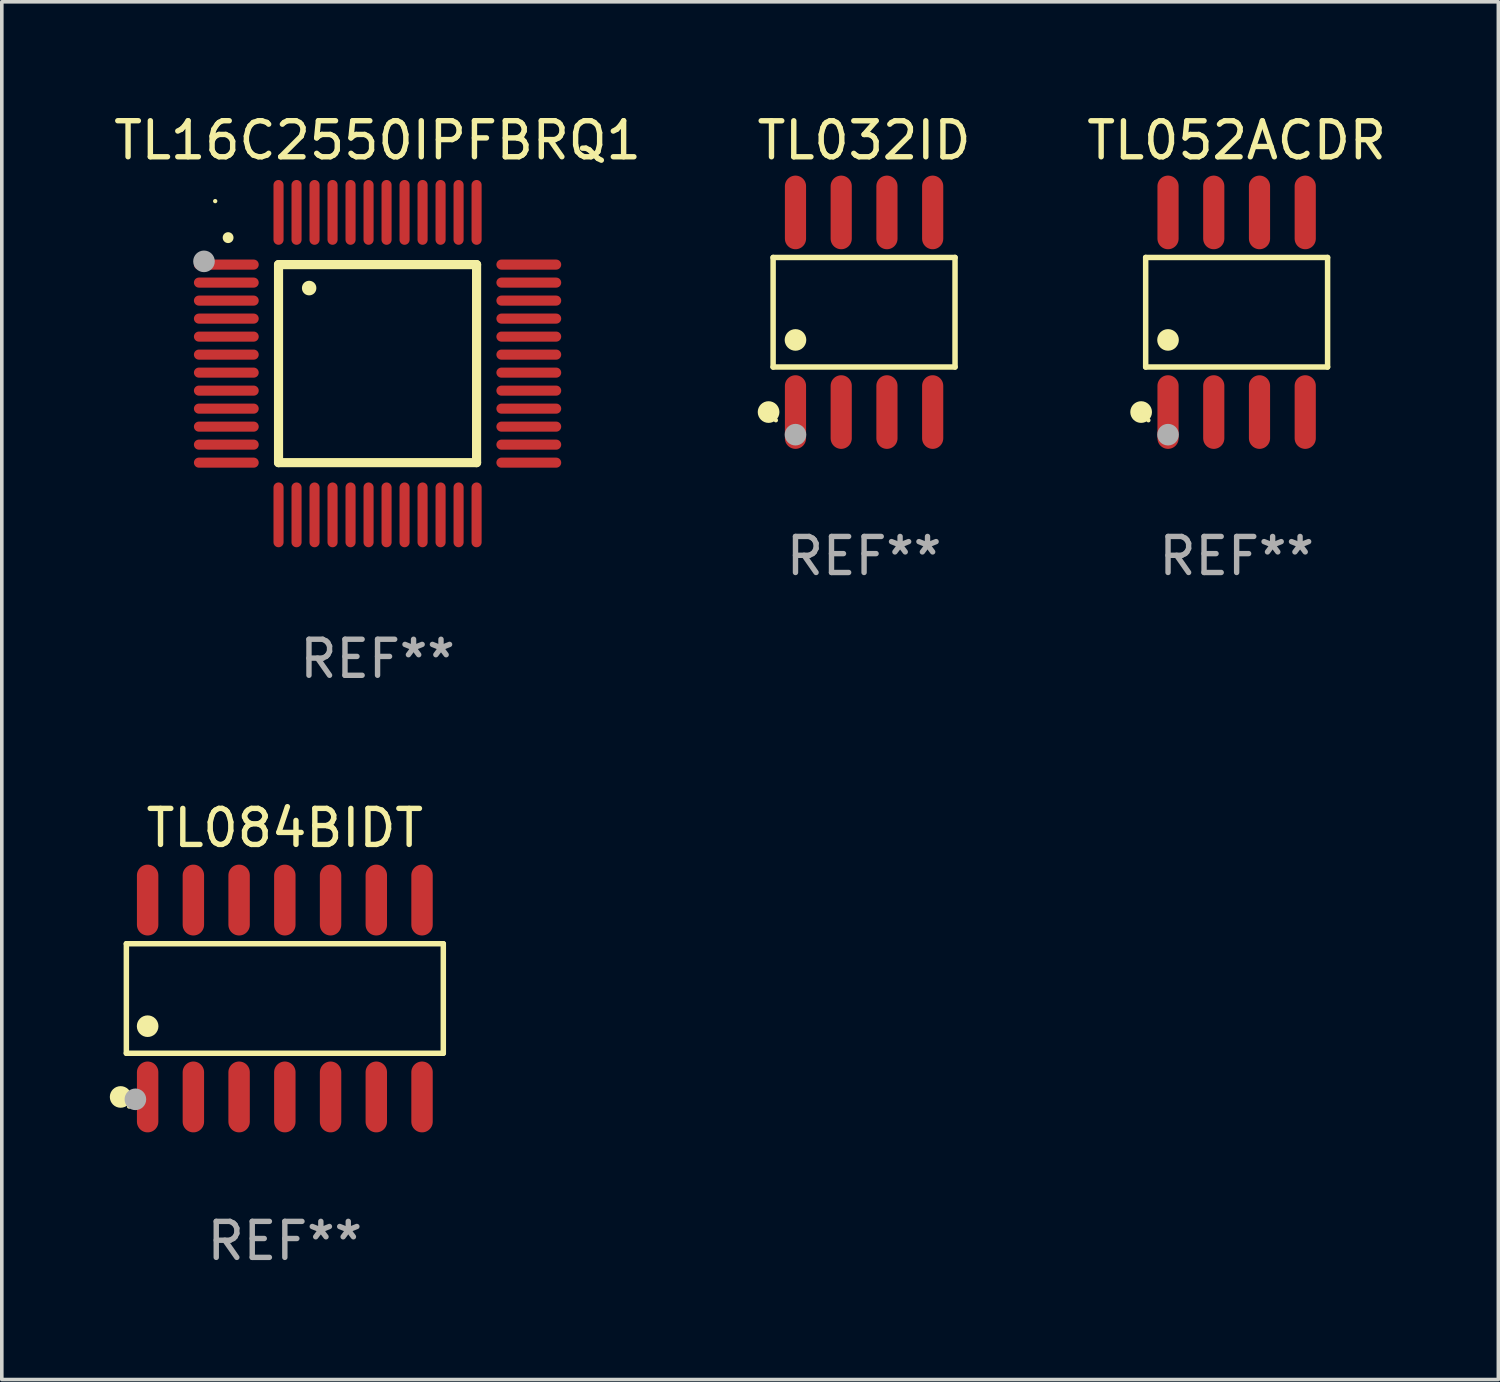
<source format=kicad_pcb>
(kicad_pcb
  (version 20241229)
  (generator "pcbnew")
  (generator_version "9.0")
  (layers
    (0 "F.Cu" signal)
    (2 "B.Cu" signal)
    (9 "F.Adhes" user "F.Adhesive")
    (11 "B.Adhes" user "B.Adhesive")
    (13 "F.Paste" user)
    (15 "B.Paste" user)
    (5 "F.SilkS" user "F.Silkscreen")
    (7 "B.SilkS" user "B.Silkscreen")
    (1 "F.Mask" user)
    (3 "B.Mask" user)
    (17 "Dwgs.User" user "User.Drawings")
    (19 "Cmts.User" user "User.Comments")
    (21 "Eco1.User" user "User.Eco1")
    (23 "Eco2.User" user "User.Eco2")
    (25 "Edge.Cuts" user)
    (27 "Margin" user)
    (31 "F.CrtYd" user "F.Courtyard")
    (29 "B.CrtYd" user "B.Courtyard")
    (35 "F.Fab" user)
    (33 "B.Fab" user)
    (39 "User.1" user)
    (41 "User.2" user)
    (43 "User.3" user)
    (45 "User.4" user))
  (footprint "TL084BIDT"
    (layer "F.Cu")
    (at 4.86 24.679)
    (property "Reference" "TL084BIDT" (at 0 -4.734 0) (layer "F.SilkS") (effects (font (size 1 1) (thickness 0.15))))
    (attr through_hole)
    (fp_line (start -4.401 -1.521) (end 4.401 -1.521) (stroke (width 0.152) (type solid)) (layer "F.SilkS"))
    (fp_line (start -4.401 1.521) (end -4.401 -1.521) (stroke (width 0.152) (type solid)) (layer "F.SilkS"))
    (fp_line (start 4.401 -1.521) (end 4.401 1.521) (stroke (width 0.152) (type solid)) (layer "F.SilkS"))
    (fp_line (start 4.401 1.521) (end -4.401 1.521) (stroke (width 0.152) (type solid)) (layer "F.SilkS"))
    (fp_circle (center -4.56 2.734) (end -4.41 2.734) (stroke (width 0.3) (type solid)) (fill no) (layer "F.SilkS"))
    (fp_circle (center -4.325 3) (end -4.295 3) (stroke (width 0.06) (type solid)) (fill no) (layer "F.SilkS"))
    (fp_circle (center -3.81 0.769) (end -3.66 0.769) (stroke (width 0.3) (type solid)) (fill no) (layer "F.SilkS"))
    (fp_circle (center -4.15 2.8) (end -4 2.8) (stroke (width 0.3) (type solid)) (fill no) (layer "F.Fab"))
    (fp_text user "REF**" (at 0 6.734 0) (layer "F.Fab") (effects (font (size 1 1) (thickness 0.15))))
    (pad "1" smd oval (at -3.81 2.734) (size 0.595 1.968) (layers "F.Cu" "F.Mask" "F.Paste"))
    (pad "2" smd oval (at -2.54 2.734) (size 0.595 1.968) (layers "F.Cu" "F.Mask" "F.Paste"))
    (pad "3" smd oval (at -1.27 2.734) (size 0.595 1.968) (layers "F.Cu" "F.Mask" "F.Paste"))
    (pad "4" smd oval (at 0 2.734) (size 0.595 1.968) (layers "F.Cu" "F.Mask" "F.Paste"))
    (pad "5" smd oval (at 1.27 2.734) (size 0.595 1.968) (layers "F.Cu" "F.Mask" "F.Paste"))
    (pad "6" smd oval (at 2.54 2.734) (size 0.595 1.968) (layers "F.Cu" "F.Mask" "F.Paste"))
    (pad "7" smd oval (at 3.81 2.734) (size 0.595 1.968) (layers "F.Cu" "F.Mask" "F.Paste"))
    (pad "8" smd oval (at 3.81 -2.734) (size 0.595 1.968) (layers "F.Cu" "F.Mask" "F.Paste"))
    (pad "9" smd oval (at 2.54 -2.734) (size 0.595 1.968) (layers "F.Cu" "F.Mask" "F.Paste"))
    (pad "10" smd oval (at 1.27 -2.734) (size 0.595 1.968) (layers "F.Cu" "F.Mask" "F.Paste"))
    (pad "11" smd oval (at 0 -2.734) (size 0.595 1.968) (layers "F.Cu" "F.Mask" "F.Paste"))
    (pad "12" smd oval (at -1.27 -2.734) (size 0.595 1.968) (layers "F.Cu" "F.Mask" "F.Paste"))
    (pad "13" smd oval (at -2.54 -2.734) (size 0.595 1.968) (layers "F.Cu" "F.Mask" "F.Paste"))
    (pad "14" smd oval (at -3.81 -2.734) (size 0.595 1.968) (layers "F.Cu" "F.Mask" "F.Paste")))
  (footprint "TL032ID"
    (layer "F.Cu")
    (at 20.946 5.621)
    (property "Reference" "TL032ID" (at 0 -4.772 0) (layer "F.SilkS") (effects (font (size 1 1) (thickness 0.15))))
    (attr through_hole)
    (fp_line (start -2.526 -1.521) (end 2.526 -1.521) (stroke (width 0.152) (type solid)) (layer "F.SilkS"))
    (fp_line (start -2.526 1.521) (end -2.526 -1.521) (stroke (width 0.152) (type solid)) (layer "F.SilkS"))
    (fp_line (start 2.526 -1.521) (end 2.526 1.521) (stroke (width 0.152) (type solid)) (layer "F.SilkS"))
    (fp_line (start 2.526 1.521) (end -2.526 1.521) (stroke (width 0.152) (type solid)) (layer "F.SilkS"))
    (fp_circle (center -2.652 2.772) (end -2.501 2.772) (stroke (width 0.3) (type solid)) (fill no) (layer "F.SilkS"))
    (fp_circle (center -2.45 3) (end -2.42 3) (stroke (width 0.06) (type solid)) (fill no) (layer "F.SilkS"))
    (fp_circle (center -1.905 0.769) (end -1.755 0.769) (stroke (width 0.3) (type solid)) (fill no) (layer "F.SilkS"))
    (fp_circle (center -1.905 3.4) (end -1.755 3.4) (stroke (width 0.3) (type solid)) (fill no) (layer "F.Fab"))
    (fp_text user "REF**" (at 0 6.772 0) (layer "F.Fab") (effects (font (size 1 1) (thickness 0.15))))
    (pad "1" smd oval (at -1.905 2.772) (size 0.588 2.045) (layers "F.Cu" "F.Mask" "F.Paste"))
    (pad "2" smd oval (at -0.635 2.772) (size 0.588 2.045) (layers "F.Cu" "F.Mask" "F.Paste"))
    (pad "3" smd oval (at 0.635 2.772) (size 0.588 2.045) (layers "F.Cu" "F.Mask" "F.Paste"))
    (pad "4" smd oval (at 1.905 2.772) (size 0.588 2.045) (layers "F.Cu" "F.Mask" "F.Paste"))
    (pad "5" smd oval (at 1.905 -2.772) (size 0.588 2.045) (layers "F.Cu" "F.Mask" "F.Paste"))
    (pad "6" smd oval (at 0.635 -2.772) (size 0.588 2.045) (layers "F.Cu" "F.Mask" "F.Paste"))
    (pad "7" smd oval (at -0.635 -2.772) (size 0.588 2.045) (layers "F.Cu" "F.Mask" "F.Paste"))
    (pad "8" smd oval (at -1.905 -2.772) (size 0.588 2.045) (layers "F.Cu" "F.Mask" "F.Paste")))
  (footprint "TL16C2550IPFBRQ1"
    (layer "F.Cu")
    (at 7.435 7.048)
    (property "Reference" "TL16C2550IPFBRQ1" (at 0 -6.2 0) (layer "F.SilkS") (effects (font (size 1 1) (thickness 0.15))))
    (attr through_hole)
    (fp_line (start -2.75 -2.75) (end 2.75 -2.75) (stroke (width 0.254) (type solid)) (layer "F.SilkS"))
    (fp_line (start -2.75 2.75) (end -2.75 -2.75) (stroke (width 0.254) (type solid)) (layer "F.SilkS"))
    (fp_line (start 2.75 -2.75) (end 2.75 2.75) (stroke (width 0.254) (type solid)) (layer "F.SilkS"))
    (fp_line (start 2.75 2.75) (end -2.75 2.75) (stroke (width 0.254) (type solid)) (layer "F.SilkS"))
    (fp_arc (start -4.150368 -3.497587) (mid -4.150373 -3.498857) (end -4.150368 -3.500127) (stroke (width 0.3) (type solid)) (layer "F.SilkS"))
    (fp_arc (start -1.899924 -2.095504) (mid -1.89994 -2.098044) (end -1.899924 -2.100584) (stroke (width 0.4) (type solid)) (layer "F.SilkS"))
    (fp_circle (center -4.509 -4.513) (end -4.479 -4.513) (stroke (width 0.06) (type solid)) (fill no) (layer "F.SilkS"))
    (fp_circle (center -4.82 -2.84) (end -4.67 -2.84) (stroke (width 0.3) (type solid)) (fill no) (layer "F.Fab"))
    (fp_text user "REF**" (at 0 8.2 0) (layer "F.Fab") (effects (font (size 1 1) (thickness 0.15))))
    (pad "1" smd oval (at -4.2 -2.75 90) (size 0.28 1.8) (layers "F.Cu" "F.Mask" "F.Paste"))
    (pad "2" smd oval (at -4.2 -2.25 90) (size 0.28 1.8) (layers "F.Cu" "F.Mask" "F.Paste"))
    (pad "3" smd oval (at -4.2 -1.75 90) (size 0.28 1.8) (layers "F.Cu" "F.Mask" "F.Paste"))
    (pad "4" smd oval (at -4.2 -1.25 90) (size 0.28 1.8) (layers "F.Cu" "F.Mask" "F.Paste"))
    (pad "5" smd oval (at -4.2 -0.75 90) (size 0.28 1.8) (layers "F.Cu" "F.Mask" "F.Paste"))
    (pad "6" smd oval (at -4.2 -0.25 90) (size 0.28 1.8) (layers "F.Cu" "F.Mask" "F.Paste"))
    (pad "7" smd oval (at -4.2 0.25 90) (size 0.28 1.8) (layers "F.Cu" "F.Mask" "F.Paste"))
    (pad "8" smd oval (at -4.2 0.75 90) (size 0.28 1.8) (layers "F.Cu" "F.Mask" "F.Paste"))
    (pad "9" smd oval (at -4.2 1.25 90) (size 0.28 1.8) (layers "F.Cu" "F.Mask" "F.Paste"))
    (pad "10" smd oval (at -4.2 1.75 90) (size 0.28 1.8) (layers "F.Cu" "F.Mask" "F.Paste"))
    (pad "11" smd oval (at -4.2 2.25 90) (size 0.28 1.8) (layers "F.Cu" "F.Mask" "F.Paste"))
    (pad "12" smd oval (at -4.2 2.75 90) (size 0.28 1.8) (layers "F.Cu" "F.Mask" "F.Paste"))
    (pad "13" smd oval (at -2.75 4.2) (size 0.28 1.8) (layers "F.Cu" "F.Mask" "F.Paste"))
    (pad "14" smd oval (at -2.25 4.2) (size 0.28 1.8) (layers "F.Cu" "F.Mask" "F.Paste"))
    (pad "15" smd oval (at -1.75 4.2) (size 0.28 1.8) (layers "F.Cu" "F.Mask" "F.Paste"))
    (pad "16" smd oval (at -1.25 4.2) (size 0.28 1.8) (layers "F.Cu" "F.Mask" "F.Paste"))
    (pad "17" smd oval (at -0.75 4.2) (size 0.28 1.8) (layers "F.Cu" "F.Mask" "F.Paste"))
    (pad "18" smd oval (at -0.25 4.2) (size 0.28 1.8) (layers "F.Cu" "F.Mask" "F.Paste"))
    (pad "19" smd oval (at 0.25 4.2) (size 0.28 1.8) (layers "F.Cu" "F.Mask" "F.Paste"))
    (pad "20" smd oval (at 0.75 4.2) (size 0.28 1.8) (layers "F.Cu" "F.Mask" "F.Paste"))
    (pad "21" smd oval (at 1.25 4.2) (size 0.28 1.8) (layers "F.Cu" "F.Mask" "F.Paste"))
    (pad "22" smd oval (at 1.75 4.2) (size 0.28 1.8) (layers "F.Cu" "F.Mask" "F.Paste"))
    (pad "23" smd oval (at 2.25 4.2) (size 0.28 1.8) (layers "F.Cu" "F.Mask" "F.Paste"))
    (pad "24" smd oval (at 2.75 4.2) (size 0.28 1.8) (layers "F.Cu" "F.Mask" "F.Paste"))
    (pad "25" smd oval (at 4.2 2.75 90) (size 0.28 1.8) (layers "F.Cu" "F.Mask" "F.Paste"))
    (pad "26" smd oval (at 4.2 2.25 90) (size 0.28 1.8) (layers "F.Cu" "F.Mask" "F.Paste"))
    (pad "27" smd oval (at 4.2 1.75 90) (size 0.28 1.8) (layers "F.Cu" "F.Mask" "F.Paste"))
    (pad "28" smd oval (at 4.2 1.25 90) (size 0.28 1.8) (layers "F.Cu" "F.Mask" "F.Paste"))
    (pad "29" smd oval (at 4.2 0.75 90) (size 0.28 1.8) (layers "F.Cu" "F.Mask" "F.Paste"))
    (pad "30" smd oval (at 4.2 0.25 90) (size 0.28 1.8) (layers "F.Cu" "F.Mask" "F.Paste"))
    (pad "31" smd oval (at 4.2 -0.25 90) (size 0.28 1.8) (layers "F.Cu" "F.Mask" "F.Paste"))
    (pad "32" smd oval (at 4.2 -0.75 90) (size 0.28 1.8) (layers "F.Cu" "F.Mask" "F.Paste"))
    (pad "33" smd oval (at 4.2 -1.25 90) (size 0.28 1.8) (layers "F.Cu" "F.Mask" "F.Paste"))
    (pad "34" smd oval (at 4.2 -1.75 90) (size 0.28 1.8) (layers "F.Cu" "F.Mask" "F.Paste"))
    (pad "35" smd oval (at 4.2 -2.25 90) (size 0.28 1.8) (layers "F.Cu" "F.Mask" "F.Paste"))
    (pad "36" smd oval (at 4.2 -2.75 90) (size 0.28 1.8) (layers "F.Cu" "F.Mask" "F.Paste"))
    (pad "37" smd oval (at 2.75 -4.2) (size 0.28 1.8) (layers "F.Cu" "F.Mask" "F.Paste"))
    (pad "38" smd oval (at 2.25 -4.2) (size 0.28 1.8) (layers "F.Cu" "F.Mask" "F.Paste"))
    (pad "39" smd oval (at 1.75 -4.2) (size 0.28 1.8) (layers "F.Cu" "F.Mask" "F.Paste"))
    (pad "40" smd oval (at 1.25 -4.2) (size 0.28 1.8) (layers "F.Cu" "F.Mask" "F.Paste"))
    (pad "41" smd oval (at 0.75 -4.2) (size 0.28 1.8) (layers "F.Cu" "F.Mask" "F.Paste"))
    (pad "42" smd oval (at 0.25 -4.2) (size 0.28 1.8) (layers "F.Cu" "F.Mask" "F.Paste"))
    (pad "43" smd oval (at -0.25 -4.2) (size 0.28 1.8) (layers "F.Cu" "F.Mask" "F.Paste"))
    (pad "44" smd oval (at -0.75 -4.2) (size 0.28 1.8) (layers "F.Cu" "F.Mask" "F.Paste"))
    (pad "45" smd oval (at -1.25 -4.2) (size 0.28 1.8) (layers "F.Cu" "F.Mask" "F.Paste"))
    (pad "46" smd oval (at -1.75 -4.2) (size 0.28 1.8) (layers "F.Cu" "F.Mask" "F.Paste"))
    (pad "47" smd oval (at -2.25 -4.2) (size 0.28 1.8) (layers "F.Cu" "F.Mask" "F.Paste"))
    (pad "48" smd oval (at -2.75 -4.2) (size 0.28 1.8) (layers "F.Cu" "F.Mask" "F.Paste")))
  (footprint "TL052ACDR"
    (layer "F.Cu")
    (at 31.292 5.621)
    (property "Reference" "TL052ACDR" (at 0 -4.772 0) (layer "F.SilkS") (effects (font (size 1 1) (thickness 0.15))))
    (attr through_hole)
    (fp_line (start -2.526 -1.521) (end 2.526 -1.521) (stroke (width 0.152) (type solid)) (layer "F.SilkS"))
    (fp_line (start -2.526 1.521) (end -2.526 -1.521) (stroke (width 0.152) (type solid)) (layer "F.SilkS"))
    (fp_line (start 2.526 -1.521) (end 2.526 1.521) (stroke (width 0.152) (type solid)) (layer "F.SilkS"))
    (fp_line (start 2.526 1.521) (end -2.526 1.521) (stroke (width 0.152) (type solid)) (layer "F.SilkS"))
    (fp_circle (center -2.652 2.772) (end -2.501 2.772) (stroke (width 0.3) (type solid)) (fill no) (layer "F.SilkS"))
    (fp_circle (center -2.45 3) (end -2.42 3) (stroke (width 0.06) (type solid)) (fill no) (layer "F.SilkS"))
    (fp_circle (center -1.905 0.769) (end -1.755 0.769) (stroke (width 0.3) (type solid)) (fill no) (layer "F.SilkS"))
    (fp_circle (center -1.905 3.4) (end -1.755 3.4) (stroke (width 0.3) (type solid)) (fill no) (layer "F.Fab"))
    (fp_text user "REF**" (at 0 6.772 0) (layer "F.Fab") (effects (font (size 1 1) (thickness 0.15))))
    (pad "1" smd oval (at -1.905 2.772) (size 0.588 2.045) (layers "F.Cu" "F.Mask" "F.Paste"))
    (pad "2" smd oval (at -0.635 2.772) (size 0.588 2.045) (layers "F.Cu" "F.Mask" "F.Paste"))
    (pad "3" smd oval (at 0.635 2.772) (size 0.588 2.045) (layers "F.Cu" "F.Mask" "F.Paste"))
    (pad "4" smd oval (at 1.905 2.772) (size 0.588 2.045) (layers "F.Cu" "F.Mask" "F.Paste"))
    (pad "5" smd oval (at 1.905 -2.772) (size 0.588 2.045) (layers "F.Cu" "F.Mask" "F.Paste"))
    (pad "6" smd oval (at 0.635 -2.772) (size 0.588 2.045) (layers "F.Cu" "F.Mask" "F.Paste"))
    (pad "7" smd oval (at -0.635 -2.772) (size 0.588 2.045) (layers "F.Cu" "F.Mask" "F.Paste"))
    (pad "8" smd oval (at -1.905 -2.772) (size 0.588 2.045) (layers "F.Cu" "F.Mask" "F.Paste")))
  (gr_rect
    (start -3 -3)
    (end 38.56 35.261)
    (stroke (width 0.1) (type default))
    (fill no)
    (layer "Edge.Cuts")))
</source>
